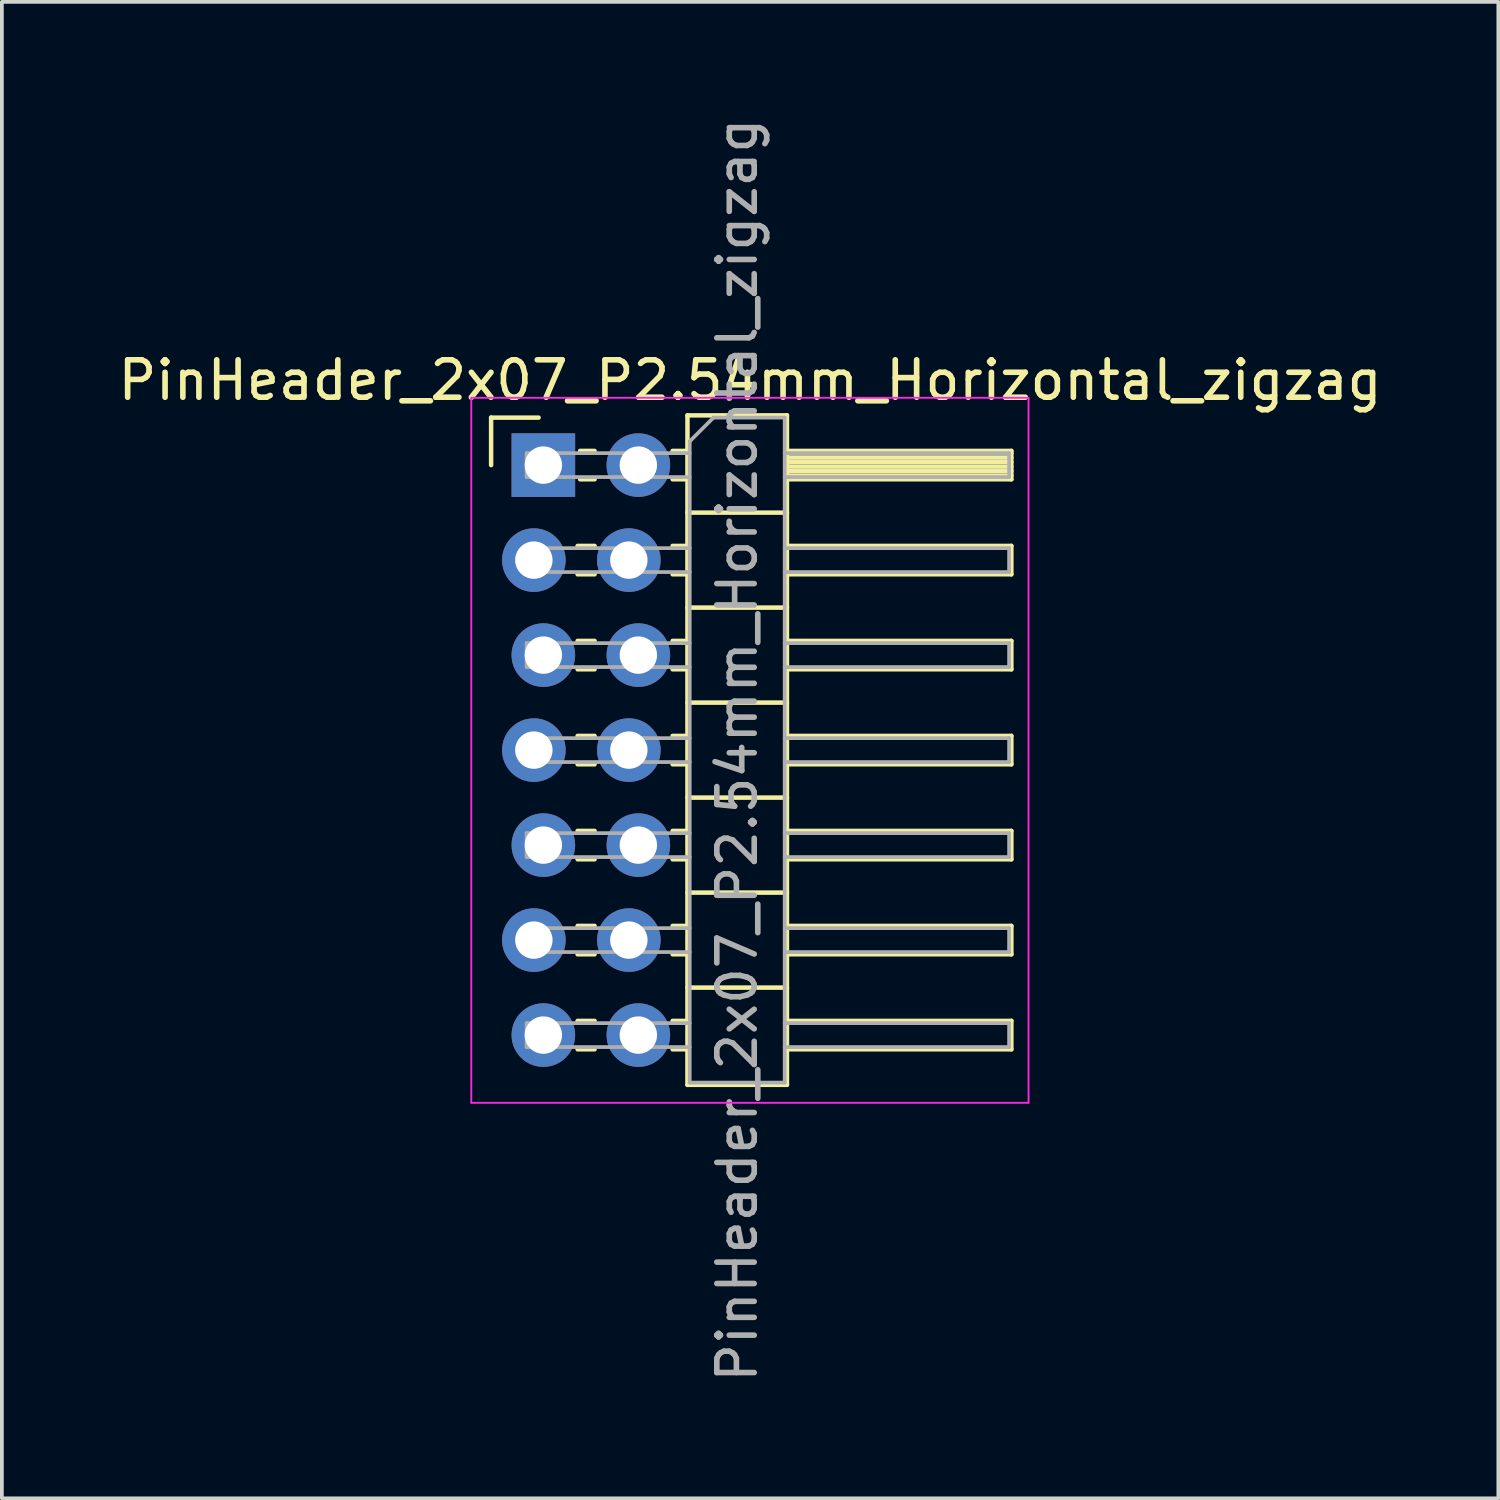
<source format=kicad_pcb>
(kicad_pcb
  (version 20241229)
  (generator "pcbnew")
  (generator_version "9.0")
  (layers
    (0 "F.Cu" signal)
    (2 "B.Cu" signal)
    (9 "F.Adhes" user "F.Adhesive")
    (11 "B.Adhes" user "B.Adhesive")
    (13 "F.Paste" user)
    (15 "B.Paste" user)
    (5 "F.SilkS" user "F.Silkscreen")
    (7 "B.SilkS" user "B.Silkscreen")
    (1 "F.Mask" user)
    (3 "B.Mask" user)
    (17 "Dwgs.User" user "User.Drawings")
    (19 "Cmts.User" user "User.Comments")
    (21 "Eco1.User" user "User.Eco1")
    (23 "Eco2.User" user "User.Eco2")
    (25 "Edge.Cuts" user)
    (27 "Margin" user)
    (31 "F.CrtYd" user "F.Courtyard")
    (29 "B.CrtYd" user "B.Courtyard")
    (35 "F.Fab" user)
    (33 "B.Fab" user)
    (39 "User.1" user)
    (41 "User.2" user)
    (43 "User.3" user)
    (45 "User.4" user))
  (footprint "PinHeader_2x07_P2.54mm_Horizontal_zigzag"
    (layer "F.Cu")
    (at 11.351 9.386)
    (property "Reference" "PinHeader_2x07_P2.54mm_Horizontal_zigzag" (at 5.655 -2.27 0) (layer "F.SilkS") (effects (font (size 1 1) (thickness 0.15))))
    (attr through_hole)
    (fp_line (start -1.27 -1.27) (end 0 -1.27) (stroke (width 0.12) (type solid)) (layer "F.SilkS"))
    (fp_line (start -1.27 0) (end -1.27 -1.27) (stroke (width 0.12) (type solid)) (layer "F.SilkS"))
    (fp_line (start 1.043 2.16) (end 1.497 2.16) (stroke (width 0.12) (type solid)) (layer "F.SilkS"))
    (fp_line (start 1.043 2.92) (end 1.497 2.92) (stroke (width 0.12) (type solid)) (layer "F.SilkS"))
    (fp_line (start 1.043 4.7) (end 1.497 4.7) (stroke (width 0.12) (type solid)) (layer "F.SilkS"))
    (fp_line (start 1.043 5.46) (end 1.497 5.46) (stroke (width 0.12) (type solid)) (layer "F.SilkS"))
    (fp_line (start 1.043 7.24) (end 1.497 7.24) (stroke (width 0.12) (type solid)) (layer "F.SilkS"))
    (fp_line (start 1.043 8) (end 1.497 8) (stroke (width 0.12) (type solid)) (layer "F.SilkS"))
    (fp_line (start 1.043 9.78) (end 1.497 9.78) (stroke (width 0.12) (type solid)) (layer "F.SilkS"))
    (fp_line (start 1.043 10.54) (end 1.497 10.54) (stroke (width 0.12) (type solid)) (layer "F.SilkS"))
    (fp_line (start 1.043 12.32) (end 1.497 12.32) (stroke (width 0.12) (type solid)) (layer "F.SilkS"))
    (fp_line (start 1.043 13.08) (end 1.497 13.08) (stroke (width 0.12) (type solid)) (layer "F.SilkS"))
    (fp_line (start 1.043 14.86) (end 1.497 14.86) (stroke (width 0.12) (type solid)) (layer "F.SilkS"))
    (fp_line (start 1.043 15.62) (end 1.497 15.62) (stroke (width 0.12) (type solid)) (layer "F.SilkS"))
    (fp_line (start 1.11 -0.38) (end 1.497 -0.38) (stroke (width 0.12) (type solid)) (layer "F.SilkS"))
    (fp_line (start 1.11 0.38) (end 1.497 0.38) (stroke (width 0.12) (type solid)) (layer "F.SilkS"))
    (fp_line (start 3.583 -0.38) (end 3.98 -0.38) (stroke (width 0.12) (type solid)) (layer "F.SilkS"))
    (fp_line (start 3.583 0.38) (end 3.98 0.38) (stroke (width 0.12) (type solid)) (layer "F.SilkS"))
    (fp_line (start 3.583 2.16) (end 3.98 2.16) (stroke (width 0.12) (type solid)) (layer "F.SilkS"))
    (fp_line (start 3.583 2.92) (end 3.98 2.92) (stroke (width 0.12) (type solid)) (layer "F.SilkS"))
    (fp_line (start 3.583 4.7) (end 3.98 4.7) (stroke (width 0.12) (type solid)) (layer "F.SilkS"))
    (fp_line (start 3.583 5.46) (end 3.98 5.46) (stroke (width 0.12) (type solid)) (layer "F.SilkS"))
    (fp_line (start 3.583 7.24) (end 3.98 7.24) (stroke (width 0.12) (type solid)) (layer "F.SilkS"))
    (fp_line (start 3.583 8) (end 3.98 8) (stroke (width 0.12) (type solid)) (layer "F.SilkS"))
    (fp_line (start 3.583 9.78) (end 3.98 9.78) (stroke (width 0.12) (type solid)) (layer "F.SilkS"))
    (fp_line (start 3.583 10.54) (end 3.98 10.54) (stroke (width 0.12) (type solid)) (layer "F.SilkS"))
    (fp_line (start 3.583 12.32) (end 3.98 12.32) (stroke (width 0.12) (type solid)) (layer "F.SilkS"))
    (fp_line (start 3.583 13.08) (end 3.98 13.08) (stroke (width 0.12) (type solid)) (layer "F.SilkS"))
    (fp_line (start 3.583 14.86) (end 3.98 14.86) (stroke (width 0.12) (type solid)) (layer "F.SilkS"))
    (fp_line (start 3.583 15.62) (end 3.98 15.62) (stroke (width 0.12) (type solid)) (layer "F.SilkS"))
    (fp_line (start 3.98 -1.33) (end 3.98 16.57) (stroke (width 0.12) (type solid)) (layer "F.SilkS"))
    (fp_line (start 3.98 1.27) (end 6.64 1.27) (stroke (width 0.12) (type solid)) (layer "F.SilkS"))
    (fp_line (start 3.98 3.81) (end 6.64 3.81) (stroke (width 0.12) (type solid)) (layer "F.SilkS"))
    (fp_line (start 3.98 6.35) (end 6.64 6.35) (stroke (width 0.12) (type solid)) (layer "F.SilkS"))
    (fp_line (start 3.98 8.89) (end 6.64 8.89) (stroke (width 0.12) (type solid)) (layer "F.SilkS"))
    (fp_line (start 3.98 11.43) (end 6.64 11.43) (stroke (width 0.12) (type solid)) (layer "F.SilkS"))
    (fp_line (start 3.98 13.97) (end 6.64 13.97) (stroke (width 0.12) (type solid)) (layer "F.SilkS"))
    (fp_line (start 3.98 16.57) (end 6.64 16.57) (stroke (width 0.12) (type solid)) (layer "F.SilkS"))
    (fp_line (start 6.64 -1.33) (end 3.98 -1.33) (stroke (width 0.12) (type solid)) (layer "F.SilkS"))
    (fp_line (start 6.64 -0.38) (end 12.64 -0.38) (stroke (width 0.12) (type solid)) (layer "F.SilkS"))
    (fp_line (start 6.64 -0.32) (end 12.64 -0.32) (stroke (width 0.12) (type solid)) (layer "F.SilkS"))
    (fp_line (start 6.64 -0.2) (end 12.64 -0.2) (stroke (width 0.12) (type solid)) (layer "F.SilkS"))
    (fp_line (start 6.64 -0.08) (end 12.64 -0.08) (stroke (width 0.12) (type solid)) (layer "F.SilkS"))
    (fp_line (start 6.64 0.04) (end 12.64 0.04) (stroke (width 0.12) (type solid)) (layer "F.SilkS"))
    (fp_line (start 6.64 0.16) (end 12.64 0.16) (stroke (width 0.12) (type solid)) (layer "F.SilkS"))
    (fp_line (start 6.64 0.28) (end 12.64 0.28) (stroke (width 0.12) (type solid)) (layer "F.SilkS"))
    (fp_line (start 6.64 2.16) (end 12.64 2.16) (stroke (width 0.12) (type solid)) (layer "F.SilkS"))
    (fp_line (start 6.64 4.7) (end 12.64 4.7) (stroke (width 0.12) (type solid)) (layer "F.SilkS"))
    (fp_line (start 6.64 7.24) (end 12.64 7.24) (stroke (width 0.12) (type solid)) (layer "F.SilkS"))
    (fp_line (start 6.64 9.78) (end 12.64 9.78) (stroke (width 0.12) (type solid)) (layer "F.SilkS"))
    (fp_line (start 6.64 12.32) (end 12.64 12.32) (stroke (width 0.12) (type solid)) (layer "F.SilkS"))
    (fp_line (start 6.64 14.86) (end 12.64 14.86) (stroke (width 0.12) (type solid)) (layer "F.SilkS"))
    (fp_line (start 6.64 16.57) (end 6.64 -1.33) (stroke (width 0.12) (type solid)) (layer "F.SilkS"))
    (fp_line (start 12.64 -0.38) (end 12.64 0.38) (stroke (width 0.12) (type solid)) (layer "F.SilkS"))
    (fp_line (start 12.64 0.38) (end 6.64 0.38) (stroke (width 0.12) (type solid)) (layer "F.SilkS"))
    (fp_line (start 12.64 2.16) (end 12.64 2.92) (stroke (width 0.12) (type solid)) (layer "F.SilkS"))
    (fp_line (start 12.64 2.92) (end 6.64 2.92) (stroke (width 0.12) (type solid)) (layer "F.SilkS"))
    (fp_line (start 12.64 4.7) (end 12.64 5.46) (stroke (width 0.12) (type solid)) (layer "F.SilkS"))
    (fp_line (start 12.64 5.46) (end 6.64 5.46) (stroke (width 0.12) (type solid)) (layer "F.SilkS"))
    (fp_line (start 12.64 7.24) (end 12.64 8) (stroke (width 0.12) (type solid)) (layer "F.SilkS"))
    (fp_line (start 12.64 8) (end 6.64 8) (stroke (width 0.12) (type solid)) (layer "F.SilkS"))
    (fp_line (start 12.64 9.78) (end 12.64 10.54) (stroke (width 0.12) (type solid)) (layer "F.SilkS"))
    (fp_line (start 12.64 10.54) (end 6.64 10.54) (stroke (width 0.12) (type solid)) (layer "F.SilkS"))
    (fp_line (start 12.64 12.32) (end 12.64 13.08) (stroke (width 0.12) (type solid)) (layer "F.SilkS"))
    (fp_line (start 12.64 13.08) (end 6.64 13.08) (stroke (width 0.12) (type solid)) (layer "F.SilkS"))
    (fp_line (start 12.64 14.86) (end 12.64 15.62) (stroke (width 0.12) (type solid)) (layer "F.SilkS"))
    (fp_line (start 12.64 15.62) (end 6.64 15.62) (stroke (width 0.12) (type solid)) (layer "F.SilkS"))
    (fp_line (start -1.8 -1.8) (end -1.8 17.05) (stroke (width 0.05) (type solid)) (layer "F.CrtYd"))
    (fp_line (start -1.8 17.05) (end 13.1 17.05) (stroke (width 0.05) (type solid)) (layer "F.CrtYd"))
    (fp_line (start 13.1 -1.8) (end -1.8 -1.8) (stroke (width 0.05) (type solid)) (layer "F.CrtYd"))
    (fp_line (start 13.1 17.05) (end 13.1 -1.8) (stroke (width 0.05) (type solid)) (layer "F.CrtYd"))
    (fp_line (start -0.32 -0.32) (end -0.32 0.32) (stroke (width 0.1) (type solid)) (layer "F.Fab"))
    (fp_line (start -0.32 -0.32) (end 4.04 -0.32) (stroke (width 0.1) (type solid)) (layer "F.Fab"))
    (fp_line (start -0.32 0.32) (end 4.04 0.32) (stroke (width 0.1) (type solid)) (layer "F.Fab"))
    (fp_line (start -0.32 2.22) (end -0.32 2.86) (stroke (width 0.1) (type solid)) (layer "F.Fab"))
    (fp_line (start -0.32 2.22) (end 4.04 2.22) (stroke (width 0.1) (type solid)) (layer "F.Fab"))
    (fp_line (start -0.32 2.86) (end 4.04 2.86) (stroke (width 0.1) (type solid)) (layer "F.Fab"))
    (fp_line (start -0.32 4.76) (end -0.32 5.4) (stroke (width 0.1) (type solid)) (layer "F.Fab"))
    (fp_line (start -0.32 4.76) (end 4.04 4.76) (stroke (width 0.1) (type solid)) (layer "F.Fab"))
    (fp_line (start -0.32 5.4) (end 4.04 5.4) (stroke (width 0.1) (type solid)) (layer "F.Fab"))
    (fp_line (start -0.32 7.3) (end -0.32 7.94) (stroke (width 0.1) (type solid)) (layer "F.Fab"))
    (fp_line (start -0.32 7.3) (end 4.04 7.3) (stroke (width 0.1) (type solid)) (layer "F.Fab"))
    (fp_line (start -0.32 7.94) (end 4.04 7.94) (stroke (width 0.1) (type solid)) (layer "F.Fab"))
    (fp_line (start -0.32 9.84) (end -0.32 10.48) (stroke (width 0.1) (type solid)) (layer "F.Fab"))
    (fp_line (start -0.32 9.84) (end 4.04 9.84) (stroke (width 0.1) (type solid)) (layer "F.Fab"))
    (fp_line (start -0.32 10.48) (end 4.04 10.48) (stroke (width 0.1) (type solid)) (layer "F.Fab"))
    (fp_line (start -0.32 12.38) (end -0.32 13.02) (stroke (width 0.1) (type solid)) (layer "F.Fab"))
    (fp_line (start -0.32 12.38) (end 4.04 12.38) (stroke (width 0.1) (type solid)) (layer "F.Fab"))
    (fp_line (start -0.32 13.02) (end 4.04 13.02) (stroke (width 0.1) (type solid)) (layer "F.Fab"))
    (fp_line (start -0.32 14.92) (end -0.32 15.56) (stroke (width 0.1) (type solid)) (layer "F.Fab"))
    (fp_line (start -0.32 14.92) (end 4.04 14.92) (stroke (width 0.1) (type solid)) (layer "F.Fab"))
    (fp_line (start -0.32 15.56) (end 4.04 15.56) (stroke (width 0.1) (type solid)) (layer "F.Fab"))
    (fp_line (start 4.04 -0.635) (end 4.675 -1.27) (stroke (width 0.1) (type solid)) (layer "F.Fab"))
    (fp_line (start 4.04 16.51) (end 4.04 -0.635) (stroke (width 0.1) (type solid)) (layer "F.Fab"))
    (fp_line (start 4.675 -1.27) (end 6.58 -1.27) (stroke (width 0.1) (type solid)) (layer "F.Fab"))
    (fp_line (start 6.58 -1.27) (end 6.58 16.51) (stroke (width 0.1) (type solid)) (layer "F.Fab"))
    (fp_line (start 6.58 -0.32) (end 12.58 -0.32) (stroke (width 0.1) (type solid)) (layer "F.Fab"))
    (fp_line (start 6.58 0.32) (end 12.58 0.32) (stroke (width 0.1) (type solid)) (layer "F.Fab"))
    (fp_line (start 6.58 2.22) (end 12.58 2.22) (stroke (width 0.1) (type solid)) (layer "F.Fab"))
    (fp_line (start 6.58 2.86) (end 12.58 2.86) (stroke (width 0.1) (type solid)) (layer "F.Fab"))
    (fp_line (start 6.58 4.76) (end 12.58 4.76) (stroke (width 0.1) (type solid)) (layer "F.Fab"))
    (fp_line (start 6.58 5.4) (end 12.58 5.4) (stroke (width 0.1) (type solid)) (layer "F.Fab"))
    (fp_line (start 6.58 7.3) (end 12.58 7.3) (stroke (width 0.1) (type solid)) (layer "F.Fab"))
    (fp_line (start 6.58 7.94) (end 12.58 7.94) (stroke (width 0.1) (type solid)) (layer "F.Fab"))
    (fp_line (start 6.58 9.84) (end 12.58 9.84) (stroke (width 0.1) (type solid)) (layer "F.Fab"))
    (fp_line (start 6.58 10.48) (end 12.58 10.48) (stroke (width 0.1) (type solid)) (layer "F.Fab"))
    (fp_line (start 6.58 12.38) (end 12.58 12.38) (stroke (width 0.1) (type solid)) (layer "F.Fab"))
    (fp_line (start 6.58 13.02) (end 12.58 13.02) (stroke (width 0.1) (type solid)) (layer "F.Fab"))
    (fp_line (start 6.58 14.92) (end 12.58 14.92) (stroke (width 0.1) (type solid)) (layer "F.Fab"))
    (fp_line (start 6.58 15.56) (end 12.58 15.56) (stroke (width 0.1) (type solid)) (layer "F.Fab"))
    (fp_line (start 6.58 16.51) (end 4.04 16.51) (stroke (width 0.1) (type solid)) (layer "F.Fab"))
    (fp_line (start 12.58 -0.32) (end 12.58 0.32) (stroke (width 0.1) (type solid)) (layer "F.Fab"))
    (fp_line (start 12.58 2.22) (end 12.58 2.86) (stroke (width 0.1) (type solid)) (layer "F.Fab"))
    (fp_line (start 12.58 4.76) (end 12.58 5.4) (stroke (width 0.1) (type solid)) (layer "F.Fab"))
    (fp_line (start 12.58 7.3) (end 12.58 7.94) (stroke (width 0.1) (type solid)) (layer "F.Fab"))
    (fp_line (start 12.58 9.84) (end 12.58 10.48) (stroke (width 0.1) (type solid)) (layer "F.Fab"))
    (fp_line (start 12.58 12.38) (end 12.58 13.02) (stroke (width 0.1) (type solid)) (layer "F.Fab"))
    (fp_line (start 12.58 14.92) (end 12.58 15.56) (stroke (width 0.1) (type solid)) (layer "F.Fab"))
    (fp_text user "${REFERENCE}" (at 5.31 7.62 90) (layer "F.Fab") (effects (font (size 1 1) (thickness 0.15))))
    (pad "1" thru_hole rect (at 0.127 0) (size 1.7 1.7) (drill 1) (layers "*.Cu" "*.Mask"))
    (pad "2" thru_hole oval (at 2.667 0) (size 1.7 1.7) (drill 1) (layers "*.Cu" "*.Mask"))
    (pad "3" thru_hole oval (at -0.127 2.54) (size 1.7 1.7) (drill 1) (layers "*.Cu" "*.Mask"))
    (pad "4" thru_hole oval (at 2.413 2.54) (size 1.7 1.7) (drill 1) (layers "*.Cu" "*.Mask"))
    (pad "5" thru_hole oval (at 0.127 5.08) (size 1.7 1.7) (drill 1) (layers "*.Cu" "*.Mask"))
    (pad "6" thru_hole oval (at 2.667 5.08) (size 1.7 1.7) (drill 1) (layers "*.Cu" "*.Mask"))
    (pad "7" thru_hole oval (at -0.127 7.62) (size 1.7 1.7) (drill 1) (layers "*.Cu" "*.Mask"))
    (pad "8" thru_hole oval (at 2.413 7.62) (size 1.7 1.7) (drill 1) (layers "*.Cu" "*.Mask"))
    (pad "9" thru_hole oval (at 0.127 10.16) (size 1.7 1.7) (drill 1) (layers "*.Cu" "*.Mask"))
    (pad "10" thru_hole oval (at 2.667 10.16) (size 1.7 1.7) (drill 1) (layers "*.Cu" "*.Mask"))
    (pad "11" thru_hole oval (at -0.127 12.7) (size 1.7 1.7) (drill 1) (layers "*.Cu" "*.Mask"))
    (pad "12" thru_hole oval (at 2.413 12.7) (size 1.7 1.7) (drill 1) (layers "*.Cu" "*.Mask"))
    (pad "13" thru_hole oval (at 0.127 15.24) (size 1.7 1.7) (drill 1) (layers "*.Cu" "*.Mask"))
    (pad "14" thru_hole oval (at 2.667 15.24) (size 1.7 1.7) (drill 1) (layers "*.Cu" "*.Mask")))
  (gr_rect
    (start -3 -3)
    (end 37.012 37.012)
    (stroke (width 0.1) (type default))
    (fill no)
    (layer "Edge.Cuts")))
</source>
